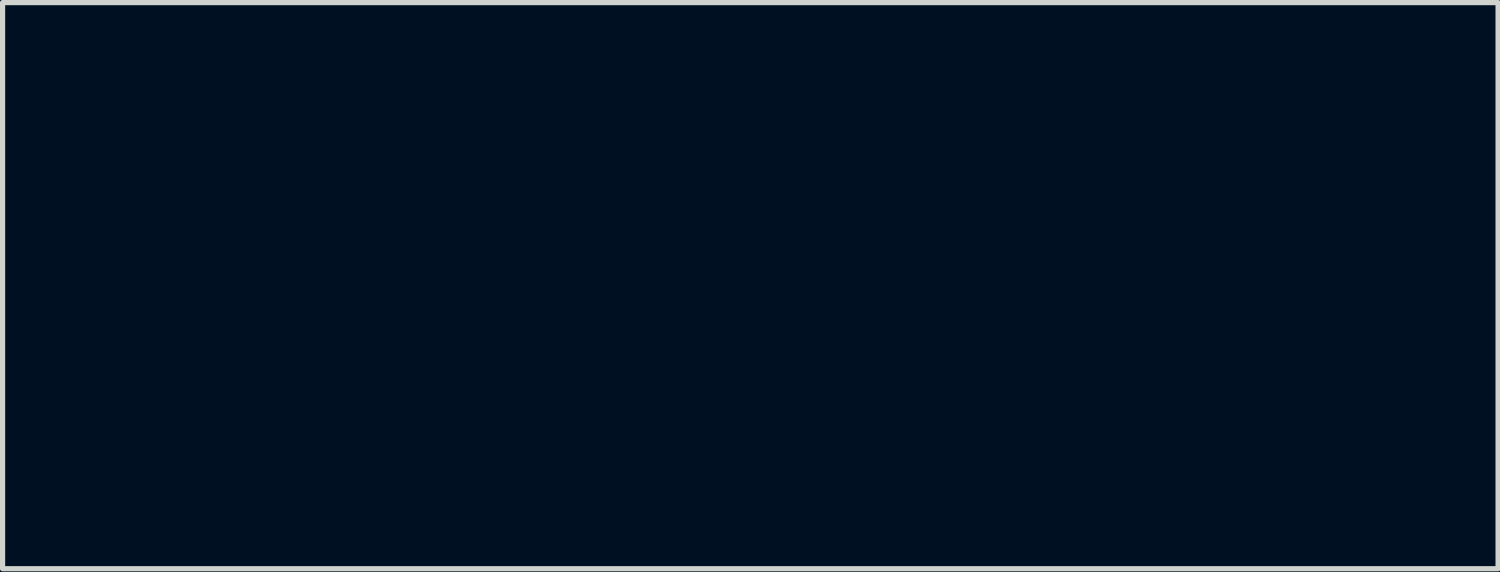
<source format=kicad_pcb>
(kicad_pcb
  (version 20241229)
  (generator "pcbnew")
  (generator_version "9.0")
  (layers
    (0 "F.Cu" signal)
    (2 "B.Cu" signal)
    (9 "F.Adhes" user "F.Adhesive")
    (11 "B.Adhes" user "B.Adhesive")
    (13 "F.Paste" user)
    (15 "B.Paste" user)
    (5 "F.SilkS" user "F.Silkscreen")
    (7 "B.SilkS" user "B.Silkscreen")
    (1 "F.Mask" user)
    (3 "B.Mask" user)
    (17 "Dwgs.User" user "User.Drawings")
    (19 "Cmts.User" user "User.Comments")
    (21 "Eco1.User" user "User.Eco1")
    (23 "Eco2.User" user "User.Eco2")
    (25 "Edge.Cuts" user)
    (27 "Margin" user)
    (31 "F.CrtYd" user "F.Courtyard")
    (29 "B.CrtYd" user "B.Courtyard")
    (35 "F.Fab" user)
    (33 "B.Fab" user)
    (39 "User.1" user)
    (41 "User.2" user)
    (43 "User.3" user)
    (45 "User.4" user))
  (footprint "KiCad-Logo_5mm_SolderMask"
    (layer "F.Cu")
    (at 11.435 2.982)
    (property "Reference" "KiCad-Logo_5mm_SolderMask" (at 0 0 0) (layer "F.Mask") (effects (font (size 1 1) (thickness 0.15))))
    (attr exclude_from_pos_files exclude_from_bom)
    (fp_poly (pts (xy -2.273 -2.973) (xy -2.177 -2.949) (xy -2.09 -2.906) (xy -2.015 -2.847) (xy -1.954 -2.772) (xy -1.909 -2.683) (xy -1.883 -2.586) (xy -1.877 -2.489) (xy -1.892 -2.395) (xy -1.926 -2.307) (xy -1.977 -2.228) (xy -2.042 -2.16) (xy -2.121 -2.106) (xy -2.212 -2.068) (xy -2.263 -2.056) (xy -2.308 -2.048) (xy -2.342 -2.045) (xy -2.375 -2.047) (xy -2.415 -2.054) (xy -2.449 -2.061) (xy -2.542 -2.092) (xy -2.626 -2.143) (xy -2.698 -2.213) (xy -2.756 -2.298) (xy -2.77 -2.326) (xy -2.787 -2.362) (xy -2.797 -2.392) (xy -2.802 -2.425) (xy -2.805 -2.466) (xy -2.805 -2.512) (xy -2.801 -2.596) (xy -2.787 -2.665) (xy -2.762 -2.726) (xy -2.723 -2.784) (xy -2.684 -2.829) (xy -2.612 -2.895) (xy -2.537 -2.94) (xy -2.455 -2.967) (xy -2.377 -2.977) (xy -2.273 -2.973)) (stroke (width 0.01) (type solid)) (fill yes) (layer "F.Mask"))
    (fp_poly (pts (xy 0.328 -2.051) (xy 0.489 -2.03) (xy 0.653 -1.99) (xy 0.822 -1.93) (xy 1 -1.851) (xy 1.011 -1.845) (xy 1.069 -1.817) (xy 1.121 -1.793) (xy 1.162 -1.775) (xy 1.19 -1.764) (xy 1.2 -1.761) (xy 1.219 -1.756) (xy 1.224 -1.752) (xy 1.218 -1.741) (xy 1.202 -1.715) (xy 1.177 -1.676) (xy 1.145 -1.626) (xy 1.107 -1.569) (xy 1.066 -1.507) (xy 1.023 -1.442) (xy 0.98 -1.379) (xy 0.939 -1.319) (xy 0.902 -1.265) (xy 0.871 -1.22) (xy 0.847 -1.186) (xy 0.832 -1.167) (xy 0.83 -1.165) (xy 0.82 -1.17) (xy 0.798 -1.187) (xy 0.767 -1.214) (xy 0.752 -1.228) (xy 0.655 -1.303) (xy 0.548 -1.359) (xy 0.433 -1.394) (xy 0.31 -1.408) (xy 0.241 -1.407) (xy 0.119 -1.39) (xy 0.01 -1.354) (xy -0.087 -1.299) (xy -0.174 -1.225) (xy -0.249 -1.131) (xy -0.314 -1.018) (xy -0.351 -0.931) (xy -0.395 -0.796) (xy -0.428 -0.648) (xy -0.448 -0.493) (xy -0.458 -0.333) (xy -0.456 -0.173) (xy -0.443 -0.016) (xy -0.419 0.133) (xy -0.384 0.271) (xy -0.338 0.395) (xy -0.322 0.429) (xy -0.253 0.543) (xy -0.173 0.64) (xy -0.081 0.718) (xy 0.02 0.777) (xy 0.13 0.816) (xy 0.247 0.834) (xy 0.289 0.835) (xy 0.41 0.824) (xy 0.531 0.791) (xy 0.649 0.737) (xy 0.762 0.663) (xy 0.854 0.585) (xy 0.9 0.54) (xy 1.081 0.837) (xy 1.127 0.911) (xy 1.168 0.98) (xy 1.204 1.039) (xy 1.233 1.088) (xy 1.254 1.124) (xy 1.265 1.144) (xy 1.266 1.147) (xy 1.258 1.157) (xy 1.233 1.174) (xy 1.193 1.197) (xy 1.142 1.225) (xy 1.084 1.255) (xy 1.021 1.287) (xy 0.958 1.318) (xy 0.896 1.346) (xy 0.839 1.371) (xy 0.791 1.391) (xy 0.768 1.399) (xy 0.634 1.437) (xy 0.496 1.462) (xy 0.349 1.475) (xy 0.222 1.477) (xy 0.154 1.476) (xy 0.088 1.474) (xy 0.031 1.471) (xy -0.013 1.468) (xy -0.027 1.466) (xy -0.166 1.438) (xy -0.307 1.392) (xy -0.445 1.334) (xy -0.572 1.264) (xy -0.649 1.211) (xy -0.777 1.103) (xy -0.895 0.977) (xy -1.002 0.835) (xy -1.095 0.681) (xy -1.173 0.518) (xy -1.217 0.401) (xy -1.267 0.217) (xy -1.301 0.023) (xy -1.318 -0.179) (xy -1.318 -0.382) (xy -1.301 -0.584) (xy -1.268 -0.781) (xy -1.217 -0.967) (xy -1.214 -0.978) (xy -1.151 -1.14) (xy -1.074 -1.288) (xy -0.981 -1.426) (xy -0.868 -1.558) (xy -0.825 -1.604) (xy -0.688 -1.728) (xy -0.549 -1.83) (xy -0.403 -1.912) (xy -0.249 -1.975) (xy -0.084 -2.02) (xy 0.011 -2.038) (xy 0.17 -2.054) (xy 0.328 -2.051)) (stroke (width 0.01) (type solid)) (fill yes) (layer "F.Mask"))
    (fp_poly (pts (xy 6.187 -0.528) (xy 6.187 -0.293) (xy 6.187 -0.08) (xy 6.187 0.112) (xy 6.187 0.285) (xy 6.187 0.441) (xy 6.188 0.579) (xy 6.188 0.701) (xy 6.189 0.808) (xy 6.19 0.901) (xy 6.192 0.982) (xy 6.194 1.051) (xy 6.196 1.11) (xy 6.198 1.159) (xy 6.202 1.2) (xy 6.205 1.234) (xy 6.21 1.262) (xy 6.214 1.285) (xy 6.22 1.304) (xy 6.226 1.321) (xy 6.233 1.335) (xy 6.24 1.349) (xy 6.249 1.364) (xy 6.254 1.373) (xy 6.288 1.434) (xy 5.43 1.434) (xy 5.43 1.338) (xy 5.429 1.294) (xy 5.427 1.261) (xy 5.424 1.243) (xy 5.423 1.242) (xy 5.412 1.249) (xy 5.389 1.267) (xy 5.366 1.286) (xy 5.312 1.327) (xy 5.242 1.368) (xy 5.165 1.405) (xy 5.088 1.435) (xy 5.057 1.445) (xy 4.989 1.46) (xy 4.906 1.47) (xy 4.816 1.475) (xy 4.728 1.474) (xy 4.649 1.469) (xy 4.612 1.463) (xy 4.473 1.425) (xy 4.346 1.367) (xy 4.23 1.29) (xy 4.127 1.195) (xy 4.036 1.081) (xy 3.969 0.97) (xy 3.914 0.854) (xy 3.872 0.734) (xy 3.842 0.608) (xy 3.823 0.472) (xy 3.815 0.32) (xy 3.814 0.243) (xy 3.816 0.186) (xy 4.645 0.186) (xy 4.645 0.279) (xy 4.648 0.367) (xy 4.654 0.444) (xy 4.662 0.505) (xy 4.665 0.517) (xy 4.697 0.625) (xy 4.738 0.712) (xy 4.79 0.779) (xy 4.853 0.826) (xy 4.926 0.853) (xy 5.011 0.862) (xy 5.107 0.851) (xy 5.17 0.835) (xy 5.219 0.817) (xy 5.274 0.791) (xy 5.314 0.767) (xy 5.385 0.721) (xy 5.385 -0.429) (xy 5.317 -0.473) (xy 5.239 -0.514) (xy 5.155 -0.541) (xy 5.07 -0.553) (xy 4.988 -0.549) (xy 4.915 -0.53) (xy 4.883 -0.515) (xy 4.826 -0.472) (xy 4.777 -0.415) (xy 4.735 -0.342) (xy 4.701 -0.252) (xy 4.672 -0.141) (xy 4.671 -0.135) (xy 4.66 -0.073) (xy 4.653 0.005) (xy 4.648 0.093) (xy 4.645 0.186) (xy 3.816 0.186) (xy 3.822 0.03) (xy 3.844 -0.166) (xy 3.88 -0.345) (xy 3.93 -0.506) (xy 3.994 -0.65) (xy 4.071 -0.777) (xy 4.163 -0.886) (xy 4.268 -0.977) (xy 4.314 -1.008) (xy 4.415 -1.064) (xy 4.518 -1.104) (xy 4.628 -1.128) (xy 4.749 -1.138) (xy 4.842 -1.137) (xy 4.971 -1.126) (xy 5.084 -1.104) (xy 5.183 -1.07) (xy 5.271 -1.024) (xy 5.32 -0.99) (xy 5.349 -0.968) (xy 5.371 -0.953) (xy 5.379 -0.948) (xy 5.381 -0.959) (xy 5.382 -0.99) (xy 5.383 -1.037) (xy 5.384 -1.1) (xy 5.384 -1.173) (xy 5.384 -1.256) (xy 5.384 -1.344) (xy 5.384 -1.436) (xy 5.383 -1.528) (xy 5.382 -1.618) (xy 5.381 -1.704) (xy 5.38 -1.781) (xy 5.379 -1.848) (xy 5.377 -1.902) (xy 5.375 -1.94) (xy 5.375 -1.947) (xy 5.367 -2.018) (xy 5.356 -2.073) (xy 5.338 -2.12) (xy 5.312 -2.166) (xy 5.305 -2.176) (xy 5.281 -2.213) (xy 6.186 -2.213) (xy 6.187 -0.528)) (stroke (width 0.01) (type solid)) (fill yes) (layer "F.Mask"))
    (fp_poly (pts (xy 2.674 -1.133) (xy 2.825 -1.113) (xy 2.961 -1.08) (xy 3.08 -1.032) (xy 3.185 -0.971) (xy 3.262 -0.907) (xy 3.331 -0.833) (xy 3.385 -0.753) (xy 3.428 -0.661) (xy 3.443 -0.618) (xy 3.456 -0.579) (xy 3.467 -0.543) (xy 3.477 -0.508) (xy 3.485 -0.472) (xy 3.492 -0.433) (xy 3.498 -0.39) (xy 3.503 -0.34) (xy 3.507 -0.283) (xy 3.51 -0.215) (xy 3.513 -0.136) (xy 3.515 -0.043) (xy 3.517 0.066) (xy 3.518 0.192) (xy 3.52 0.337) (xy 3.521 0.48) (xy 3.522 0.636) (xy 3.524 0.771) (xy 3.525 0.887) (xy 3.526 0.986) (xy 3.528 1.068) (xy 3.53 1.136) (xy 3.532 1.192) (xy 3.535 1.236) (xy 3.539 1.271) (xy 3.544 1.299) (xy 3.55 1.321) (xy 3.557 1.338) (xy 3.565 1.352) (xy 3.574 1.366) (xy 3.585 1.38) (xy 3.59 1.385) (xy 3.605 1.408) (xy 3.612 1.423) (xy 3.612 1.424) (xy 3.602 1.426) (xy 3.571 1.428) (xy 3.522 1.43) (xy 3.458 1.431) (xy 3.382 1.433) (xy 3.295 1.433) (xy 3.2 1.434) (xy 3.19 1.434) (xy 2.767 1.434) (xy 2.763 1.338) (xy 2.76 1.242) (xy 2.698 1.293) (xy 2.601 1.36) (xy 2.491 1.415) (xy 2.404 1.445) (xy 2.335 1.46) (xy 2.252 1.47) (xy 2.162 1.475) (xy 2.074 1.474) (xy 1.995 1.468) (xy 1.959 1.463) (xy 1.819 1.425) (xy 1.692 1.37) (xy 1.58 1.299) (xy 1.484 1.213) (xy 1.404 1.112) (xy 1.341 0.997) (xy 1.296 0.871) (xy 1.284 0.814) (xy 1.276 0.752) (xy 1.273 0.677) (xy 1.272 0.643) (xy 1.272 0.64) (xy 2.032 0.64) (xy 2.042 0.715) (xy 2.07 0.779) (xy 2.118 0.835) (xy 2.123 0.839) (xy 2.172 0.874) (xy 2.223 0.897) (xy 2.284 0.909) (xy 2.359 0.911) (xy 2.377 0.911) (xy 2.431 0.908) (xy 2.471 0.903) (xy 2.506 0.893) (xy 2.545 0.876) (xy 2.556 0.871) (xy 2.616 0.835) (xy 2.663 0.792) (xy 2.676 0.777) (xy 2.721 0.72) (xy 2.721 0.525) (xy 2.72 0.446) (xy 2.718 0.388) (xy 2.715 0.349) (xy 2.711 0.327) (xy 2.707 0.32) (xy 2.691 0.317) (xy 2.657 0.314) (xy 2.61 0.313) (xy 2.555 0.312) (xy 2.546 0.312) (xy 2.425 0.317) (xy 2.323 0.333) (xy 2.236 0.361) (xy 2.164 0.401) (xy 2.109 0.448) (xy 2.064 0.506) (xy 2.039 0.569) (xy 2.032 0.64) (xy 1.272 0.64) (xy 1.274 0.55) (xy 1.283 0.471) (xy 1.299 0.4) (xy 1.324 0.329) (xy 1.348 0.276) (xy 1.407 0.181) (xy 1.485 0.093) (xy 1.58 0.014) (xy 1.69 -0.055) (xy 1.813 -0.111) (xy 1.945 -0.154) (xy 2.009 -0.169) (xy 2.146 -0.191) (xy 2.294 -0.206) (xy 2.446 -0.212) (xy 2.572 -0.211) (xy 2.734 -0.204) (xy 2.727 -0.263) (xy 2.707 -0.362) (xy 2.676 -0.443) (xy 2.632 -0.506) (xy 2.575 -0.551) (xy 2.503 -0.58) (xy 2.416 -0.594) (xy 2.313 -0.591) (xy 2.275 -0.587) (xy 2.134 -0.562) (xy 1.997 -0.521) (xy 1.902 -0.483) (xy 1.857 -0.464) (xy 1.819 -0.448) (xy 1.792 -0.439) (xy 1.785 -0.437) (xy 1.775 -0.446) (xy 1.758 -0.475) (xy 1.734 -0.524) (xy 1.703 -0.594) (xy 1.665 -0.684) (xy 1.658 -0.7) (xy 1.628 -0.772) (xy 1.601 -0.838) (xy 1.578 -0.893) (xy 1.561 -0.936) (xy 1.55 -0.963) (xy 1.547 -0.972) (xy 1.557 -0.977) (xy 1.583 -0.982) (xy 1.611 -0.986) (xy 1.642 -0.991) (xy 1.689 -1) (xy 1.751 -1.013) (xy 1.821 -1.029) (xy 1.896 -1.047) (xy 1.925 -1.054) (xy 2.03 -1.08) (xy 2.117 -1.1) (xy 2.192 -1.115) (xy 2.258 -1.126) (xy 2.319 -1.133) (xy 2.381 -1.138) (xy 2.446 -1.14) (xy 2.504 -1.14) (xy 2.674 -1.133)) (stroke (width 0.01) (type solid)) (fill yes) (layer "F.Mask"))
    (fp_poly (pts (xy -2.946 -2.511) (xy -2.936 -2.397) (xy -2.904 -2.289) (xy -2.853 -2.19) (xy -2.784 -2.102) (xy -2.699 -2.027) (xy -2.602 -1.97) (xy -2.496 -1.93) (xy -2.389 -1.911) (xy -2.283 -1.913) (xy -2.181 -1.932) (xy -2.085 -1.969) (xy -1.996 -2.021) (xy -1.917 -2.087) (xy -1.849 -2.167) (xy -1.796 -2.258) (xy -1.759 -2.359) (xy -1.74 -2.47) (xy -1.738 -2.52) (xy -1.738 -2.608) (xy -1.687 -2.608) (xy -1.65 -2.605) (xy -1.623 -2.593) (xy -1.596 -2.569) (xy -1.558 -2.531) (xy -1.558 -0.339) (xy -1.558 -0.077) (xy -1.558 0.163) (xy -1.558 0.383) (xy -1.558 0.583) (xy -1.558 0.764) (xy -1.558 0.928) (xy -1.559 1.074) (xy -1.559 1.205) (xy -1.559 1.32) (xy -1.56 1.421) (xy -1.561 1.509) (xy -1.561 1.585) (xy -1.562 1.65) (xy -1.563 1.704) (xy -1.564 1.749) (xy -1.565 1.786) (xy -1.567 1.815) (xy -1.568 1.837) (xy -1.57 1.854) (xy -1.572 1.866) (xy -1.574 1.874) (xy -1.576 1.88) (xy -1.577 1.882) (xy -1.581 1.889) (xy -1.585 1.895) (xy -1.589 1.901) (xy -1.594 1.906) (xy -1.601 1.911) (xy -1.611 1.916) (xy -1.625 1.92) (xy -1.645 1.923) (xy -1.669 1.926) (xy -1.701 1.929) (xy -1.741 1.931) (xy -1.789 1.934) (xy -1.846 1.935) (xy -1.914 1.937) (xy -1.994 1.938) (xy -2.085 1.939) (xy -2.19 1.94) (xy -2.309 1.94) (xy -2.443 1.941) (xy -2.593 1.941) (xy -2.76 1.941) (xy -2.945 1.942) (xy -3.149 1.942) (xy -3.372 1.942) (xy -3.616 1.941) (xy -3.881 1.941) (xy -3.92 1.941) (xy -4.187 1.941) (xy -4.432 1.941) (xy -4.657 1.941) (xy -4.861 1.941) (xy -5.047 1.941) (xy -5.215 1.941) (xy -5.366 1.94) (xy -5.501 1.94) (xy -5.62 1.939) (xy -5.725 1.939) (xy -5.817 1.938) (xy -5.896 1.938) (xy -5.964 1.937) (xy -6.021 1.936) (xy -6.069 1.935) (xy -6.107 1.933) (xy -6.138 1.932) (xy -6.162 1.931) (xy -6.18 1.929) (xy -6.192 1.927) (xy -6.201 1.925) (xy -6.205 1.923) (xy -6.214 1.92) (xy -6.221 1.917) (xy -6.229 1.915) (xy -6.235 1.911) (xy -6.241 1.906) (xy -6.246 1.897) (xy -6.251 1.885) (xy -6.255 1.869) (xy -6.259 1.846) (xy -6.262 1.818) (xy -6.265 1.781) (xy -6.268 1.737) (xy -6.27 1.683) (xy -6.271 1.618) (xy -6.273 1.543) (xy -6.274 1.455) (xy -6.275 1.354) (xy -6.276 1.239) (xy -6.276 1.11) (xy -6.276 0.964) (xy -6.277 0.802) (xy -6.277 0.621) (xy -6.277 0.422) (xy -6.277 0.204) (xy -6.277 -0.035) (xy -6.277 -0.296) (xy -6.277 -0.338) (xy -6.277 -0.601) (xy -6.277 -0.842) (xy -6.277 -1.063) (xy -6.277 -1.264) (xy -6.277 -1.446) (xy -6.276 -1.61) (xy -6.276 -1.757) (xy -6.276 -1.888) (xy -6.275 -1.998) (xy -5.972 -1.998) (xy -5.932 -1.94) (xy -5.921 -1.925) (xy -5.911 -1.911) (xy -5.902 -1.897) (xy -5.894 -1.883) (xy -5.887 -1.868) (xy -5.881 -1.849) (xy -5.875 -1.826) (xy -5.871 -1.798) (xy -5.867 -1.764) (xy -5.863 -1.722) (xy -5.861 -1.67) (xy -5.858 -1.609) (xy -5.857 -1.537) (xy -5.855 -1.452) (xy -5.855 -1.354) (xy -5.854 -1.24) (xy -5.853 -1.111) (xy -5.853 -0.965) (xy -5.853 -0.8) (xy -5.853 -0.616) (xy -5.853 -0.41) (xy -5.853 -0.288) (xy -5.853 -0.071) (xy -5.853 0.125) (xy -5.853 0.3) (xy -5.853 0.456) (xy -5.854 0.595) (xy -5.854 0.717) (xy -5.855 0.823) (xy -5.856 0.915) (xy -5.857 0.994) (xy -5.859 1.062) (xy -5.862 1.118) (xy -5.865 1.165) (xy -5.868 1.204) (xy -5.872 1.235) (xy -5.877 1.261) (xy -5.883 1.282) (xy -5.89 1.299) (xy -5.897 1.314) (xy -5.906 1.327) (xy -5.915 1.341) (xy -5.925 1.356) (xy -5.932 1.365) (xy -5.97 1.422) (xy -5.439 1.422) (xy -5.315 1.422) (xy -5.213 1.422) (xy -5.129 1.422) (xy -5.063 1.421) (xy -5.012 1.42) (xy -4.974 1.419) (xy -4.948 1.417) (xy -4.932 1.415) (xy -4.923 1.412) (xy -4.921 1.408) (xy -4.923 1.404) (xy -4.925 1.403) (xy -4.95 1.366) (xy -4.976 1.313) (xy -4.999 1.251) (xy -5.007 1.224) (xy -5.012 1.206) (xy -5.016 1.185) (xy -5.019 1.159) (xy -5.022 1.126) (xy -5.024 1.083) (xy -5.026 1.028) (xy -5.028 0.96) (xy -5.029 0.877) (xy -5.03 0.775) (xy -5.031 0.654) (xy -5.032 0.61) (xy -5.033 0.484) (xy -5.033 0.38) (xy -5.034 0.295) (xy -5.034 0.227) (xy -5.034 0.174) (xy -5.033 0.135) (xy -5.031 0.107) (xy -5.029 0.09) (xy -5.027 0.081) (xy -5.023 0.078) (xy -5.019 0.08) (xy -5.015 0.085) (xy -5.004 0.098) (xy -4.982 0.127) (xy -4.95 0.17) (xy -4.909 0.225) (xy -4.861 0.289) (xy -4.808 0.362) (xy -4.751 0.44) (xy -4.691 0.521) (xy -4.631 0.603) (xy -4.572 0.685) (xy -4.514 0.763) (xy -4.461 0.836) (xy -4.413 0.902) (xy -4.373 0.959) (xy -4.341 1.004) (xy -4.318 1.035) (xy -4.314 1.041) (xy -4.291 1.078) (xy -4.264 1.126) (xy -4.239 1.176) (xy -4.236 1.183) (xy -4.214 1.231) (xy -4.201 1.268) (xy -4.196 1.304) (xy -4.194 1.346) (xy -4.195 1.422) (xy -3.041 1.422) (xy -3.132 1.329) (xy -3.179 1.279) (xy -3.229 1.222) (xy -3.275 1.168) (xy -3.295 1.143) (xy -3.326 1.103) (xy -3.366 1.05) (xy -3.414 0.985) (xy -3.47 0.909) (xy -3.532 0.825) (xy -3.599 0.733) (xy -3.669 0.636) (xy -3.743 0.535) (xy -3.817 0.432) (xy -3.892 0.328) (xy -3.966 0.225) (xy -4.038 0.125) (xy -4.106 0.029) (xy -4.17 -0.061) (xy -4.229 -0.144) (xy -4.28 -0.218) (xy -4.324 -0.28) (xy -4.359 -0.33) (xy -4.383 -0.367) (xy -4.396 -0.387) (xy -4.398 -0.391) (xy -4.39 -0.403) (xy -4.369 -0.43) (xy -4.337 -0.471) (xy -4.294 -0.525) (xy -4.243 -0.589) (xy -4.185 -0.663) (xy -4.12 -0.744) (xy -4.051 -0.831) (xy -3.979 -0.921) (xy -3.904 -1.014) (xy -3.845 -1.088) (xy -2.834 -1.088) (xy -2.828 -1.075) (xy -2.813 -1.053) (xy -2.812 -1.052) (xy -2.793 -1.021) (xy -2.774 -0.985) (xy -2.77 -0.976) (xy -2.766 -0.968) (xy -2.763 -0.958) (xy -2.76 -0.945) (xy -2.758 -0.927) (xy -2.756 -0.904) (xy -2.754 -0.873) (xy -2.753 -0.833) (xy -2.751 -0.784) (xy -2.75 -0.723) (xy -2.749 -0.649) (xy -2.749 -0.561) (xy -2.748 -0.457) (xy -2.747 -0.337) (xy -2.747 -0.198) (xy -2.746 -0.039) (xy -2.746 0.14) (xy -2.745 0.325) (xy -2.745 0.489) (xy -2.745 0.633) (xy -2.744 0.759) (xy -2.745 0.868) (xy -2.745 0.961) (xy -2.747 1.04) (xy -2.748 1.106) (xy -2.75 1.161) (xy -2.753 1.206) (xy -2.757 1.242) (xy -2.761 1.271) (xy -2.766 1.295) (xy -2.772 1.313) (xy -2.779 1.329) (xy -2.787 1.344) (xy -2.797 1.358) (xy -2.805 1.37) (xy -2.822 1.396) (xy -2.832 1.414) (xy -2.834 1.417) (xy -2.823 1.418) (xy -2.791 1.419) (xy -2.742 1.42) (xy -2.677 1.421) (xy -2.599 1.422) (xy -2.51 1.422) (xy -2.411 1.422) (xy -2.342 1.422) (xy -2.237 1.422) (xy -2.141 1.422) (xy -2.054 1.421) (xy -1.98 1.419) (xy -1.921 1.418) (xy -1.879 1.416) (xy -1.855 1.414) (xy -1.851 1.412) (xy -1.859 1.398) (xy -1.867 1.39) (xy -1.88 1.372) (xy -1.897 1.342) (xy -1.909 1.318) (xy -1.936 1.259) (xy -1.939 0.082) (xy -1.942 -1.095) (xy -2.388 -1.095) (xy -2.486 -1.095) (xy -2.576 -1.094) (xy -2.657 -1.094) (xy -2.725 -1.093) (xy -2.779 -1.092) (xy -2.815 -1.09) (xy -2.833 -1.089) (xy -2.834 -1.088) (xy -3.845 -1.088) (xy -3.829 -1.107) (xy -3.755 -1.199) (xy -3.683 -1.289) (xy -3.615 -1.374) (xy -3.551 -1.452) (xy -3.494 -1.523) (xy -3.444 -1.584) (xy -3.403 -1.633) (xy -3.386 -1.654) (xy -3.3 -1.754) (xy -3.223 -1.838) (xy -3.154 -1.906) (xy -3.091 -1.96) (xy -3.082 -1.967) (xy -3.042 -1.998) (xy -4.174 -1.998) (xy -4.169 -1.95) (xy -4.172 -1.893) (xy -4.194 -1.825) (xy -4.234 -1.745) (xy -4.279 -1.673) (xy -4.295 -1.65) (xy -4.323 -1.612) (xy -4.361 -1.562) (xy -4.408 -1.501) (xy -4.462 -1.432) (xy -4.52 -1.356) (xy -4.582 -1.276) (xy -4.646 -1.194) (xy -4.71 -1.112) (xy -4.773 -1.032) (xy -4.832 -0.957) (xy -4.887 -0.888) (xy -4.935 -0.828) (xy -4.974 -0.778) (xy -5.004 -0.742) (xy -5.022 -0.72) (xy -5.025 -0.717) (xy -5.028 -0.725) (xy -5.03 -0.755) (xy -5.032 -0.807) (xy -5.033 -0.881) (xy -5.033 -0.977) (xy -5.033 -1.094) (xy -5.032 -1.214) (xy -5.03 -1.346) (xy -5.029 -1.457) (xy -5.027 -1.551) (xy -5.024 -1.629) (xy -5.021 -1.692) (xy -5.016 -1.745) (xy -5.009 -1.788) (xy -5.002 -1.823) (xy -4.992 -1.854) (xy -4.98 -1.882) (xy -4.965 -1.91) (xy -4.95 -1.935) (xy -4.912 -1.998) (xy -5.972 -1.998) (xy -6.275 -1.998) (xy -6.275 -2.004) (xy -6.274 -2.106) (xy -6.273 -2.195) (xy -6.272 -2.272) (xy -6.27 -2.337) (xy -6.269 -2.393) (xy -6.266 -2.438) (xy -6.264 -2.475) (xy -6.261 -2.505) (xy -6.258 -2.528) (xy -6.254 -2.546) (xy -6.25 -2.559) (xy -6.245 -2.568) (xy -6.24 -2.574) (xy -6.234 -2.579) (xy -6.228 -2.582) (xy -6.222 -2.586) (xy -6.216 -2.589) (xy -6.21 -2.592) (xy -6.202 -2.594) (xy -6.19 -2.596) (xy -6.173 -2.598) (xy -6.149 -2.6) (xy -6.118 -2.601) (xy -6.079 -2.602) (xy -6.03 -2.603) (xy -5.971 -2.604) (xy -5.899 -2.605) (xy -5.815 -2.606) (xy -5.718 -2.606) (xy -5.605 -2.607) (xy -5.476 -2.607) (xy -5.33 -2.607) (xy -5.166 -2.608) (xy -4.982 -2.608) (xy -4.778 -2.608) (xy -4.567 -2.608) (xy -2.946 -2.608) (xy -2.946 -2.511)) (stroke (width 0.01) (type solid)) (fill yes) (layer "F.Mask")))
  (gr_rect
    (start -3 -3)
    (end 25.869 7.929)
    (stroke (width 0.1) (type default))
    (fill no)
    (layer "Edge.Cuts")))
</source>
